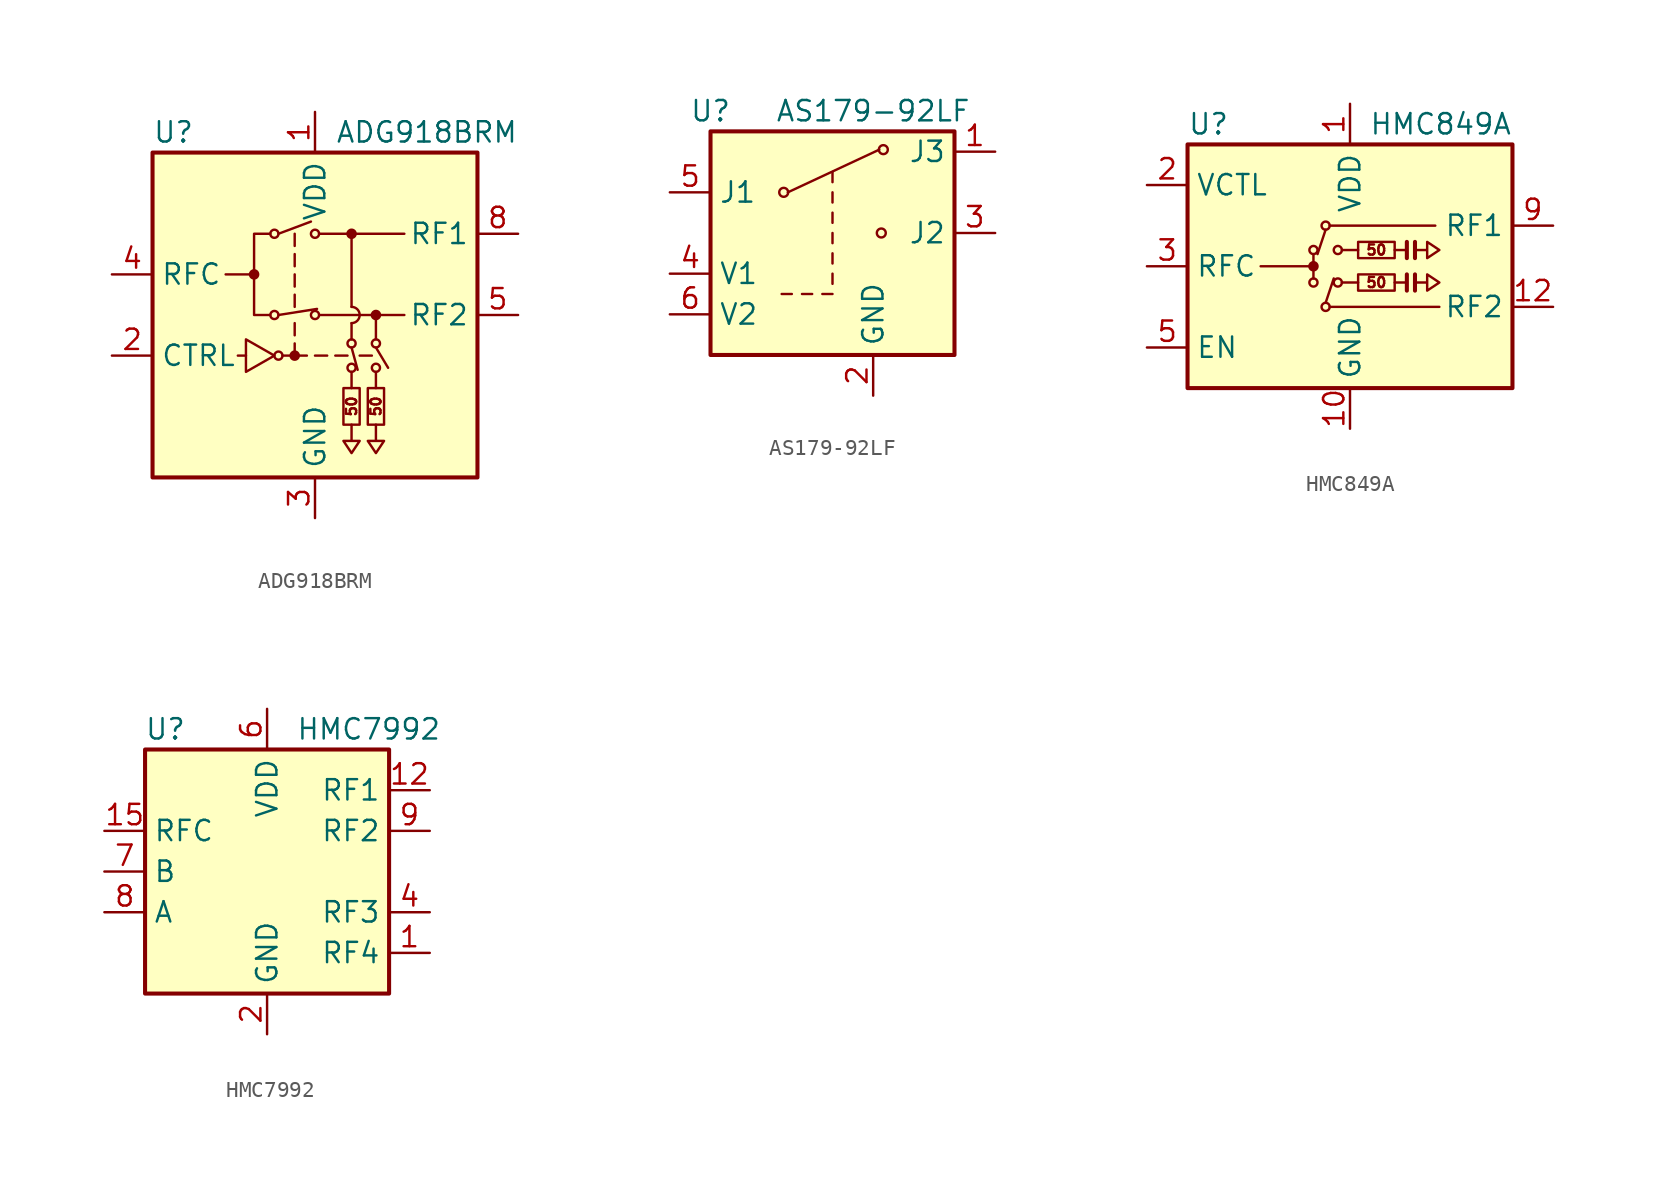
<source format=kicad_sym>
(kicad_symbol_lib
  (version 20231120)
  (generator "kicad_symbol_editor")
  (generator_version "8.0")
  (symbol "ADG918BRM"
    (property "Reference" "U"
      (at -10.16 11.43 0)
      (effects (font (size 1.27 1.27)) (justify left)))
    (property "Value" "ADG918BRM"
      (at 1.27 11.43 0)
      (effects (font (size 1.27 1.27)) (justify left)))
    (symbol "ADG918BRM_0_0"
      (rectangle (start -10.16 10.16) (end 10.16 -10.16) (stroke (width 0.254) (type default)) (fill (type background)))
      (circle (center -3.81 2.54) (radius 0.254) (stroke (width 0) (type default)) (fill (type outline)))
      (circle (center -2.286 -2.54) (radius 0.254) (stroke (width 0) (type default)) (fill (type none)))
      (circle (center -1.27 -2.54) (radius 0.254) (stroke (width 0) (type default)) (fill (type outline)))
      (polyline (pts (xy -4.318 -2.54) (xy -4.826 -2.54)) (stroke (width 0) (type default)) (fill (type none)))
      (polyline (pts (xy -3.81 2.54) (xy -5.588 2.54)) (stroke (width 0) (type default)) (fill (type none)))
      (polyline (pts (xy -1.27 -2.54) (xy -1.27 -1.778)) (stroke (width 0) (type default)) (fill (type none)))
      (polyline (pts (xy -1.27 -1.27) (xy -1.27 -0.508)) (stroke (width 0) (type default)) (fill (type none)))
      (polyline (pts (xy -1.27 1.27) (xy -1.27 0.508)) (stroke (width 0) (type default)) (fill (type none)))
      (polyline (pts (xy -1.27 2.54) (xy -1.27 1.778)) (stroke (width 0) (type default)) (fill (type none)))
      (polyline (pts (xy -1.27 3.81) (xy -1.27 3.048)) (stroke (width 0) (type default)) (fill (type none)))
      (polyline (pts (xy -1.27 5.08) (xy -1.27 4.318)) (stroke (width 0) (type default)) (fill (type none)))
      (polyline (pts (xy -0.508 -2.54) (xy -2.032 -2.54)) (stroke (width 0) (type default)) (fill (type none)))
      (polyline (pts (xy 0 -2.54) (xy 0.762 -2.54)) (stroke (width 0) (type default)) (fill (type none)))
      (polyline (pts (xy 0.254 0) (xy 5.588 0)) (stroke (width 0) (type default)) (fill (type none)))
      (polyline (pts (xy 0.254 5.08) (xy 5.588 5.08)) (stroke (width 0) (type default)) (fill (type none)))
      (polyline (pts (xy 2.032 -2.54) (xy 1.27 -2.54)) (stroke (width 0) (type default)) (fill (type none)))
      (polyline (pts (xy 2.286 0.508) (xy 2.286 5.08)) (stroke (width 0) (type default)) (fill (type none)))
      (polyline (pts (xy 3.556 -2.54) (xy 2.794 -2.54)) (stroke (width 0) (type default)) (fill (type none)))
      (polyline (pts (xy -4.318 -1.524) (xy -4.318 -3.556) (xy -2.54 -2.54) (xy -4.318 -1.524)) (stroke (width 0) (type default)) (fill (type none)))
      (polyline (pts (xy -2.794 0) (xy -3.81 0) (xy -3.81 5.08) (xy -2.794 5.08)) (stroke (width 0) (type default)) (fill (type none)))
      (arc (start 2.286 -0.508) (mid 2.7918 0) (end 2.286 0.508) (stroke (width 0) (type default)) (fill (type none)))
      (text "50" (at 2.286 -5.715 900) (effects (font (size 0.635 0.635))))
      (text "50" (at 3.81 -5.715 900) (effects (font (size 0.635 0.635)))))
    (symbol "ADG918BRM_0_1"
      (circle (center -2.54 0) (radius 0.254) (stroke (width 0) (type default)) (fill (type none)))
      (circle (center -2.54 5.08) (radius 0.254) (stroke (width 0) (type default)) (fill (type none)))
      (polyline (pts (xy -2.286 0) (xy 0.127 0.381)) (stroke (width 0) (type default)) (fill (type none)))
      (polyline (pts (xy -2.286 5.08) (xy -0.254 5.842)) (stroke (width 0) (type default)) (fill (type none)))
      (polyline (pts (xy 2.286 -3.556) (xy 2.286 -4.572)) (stroke (width 0) (type default)) (fill (type none)))
      (polyline (pts (xy 2.286 -2.032) (xy 2.667 -3.429)) (stroke (width 0) (type default)) (fill (type none)))
      (polyline (pts (xy 2.286 -0.508) (xy 2.286 -1.524)) (stroke (width 0) (type default)) (fill (type none)))
      (polyline (pts (xy 3.81 -3.556) (xy 3.81 -4.572)) (stroke (width 0) (type default)) (fill (type none)))
      (polyline (pts (xy 3.81 -2.032) (xy 4.572 -3.302)) (stroke (width 0) (type default)) (fill (type none)))
      (polyline (pts (xy 3.81 0) (xy 3.81 -1.524)) (stroke (width 0) (type default)) (fill (type none)))
      (polyline (pts (xy 2.286 -6.858) (xy 2.286 -7.874) (xy 1.778 -7.874) (xy 2.286 -8.636) (xy 2.794 -7.874) (xy 2.286 -7.874)) (stroke (width 0) (type default)) (fill (type none)))
      (polyline (pts (xy 3.81 -6.858) (xy 3.81 -7.874) (xy 3.302 -7.874) (xy 3.81 -8.636) (xy 4.318 -7.874) (xy 3.81 -7.874)) (stroke (width 0) (type default)) (fill (type none)))
      (circle (center 0 0) (radius 0.254) (stroke (width 0) (type default)) (fill (type none)))
      (circle (center 0 5.08) (radius 0.254) (stroke (width 0) (type default)) (fill (type none)))
      (rectangle (start 1.778 -4.572) (end 2.794 -6.858) (stroke (width 0) (type default)) (fill (type none)))
      (circle (center 2.286 -3.302) (radius 0.254) (stroke (width 0) (type default)) (fill (type none)))
      (circle (center 2.286 -1.778) (radius 0.254) (stroke (width 0) (type default)) (fill (type none)))
      (circle (center 2.286 5.08) (radius 0.254) (stroke (width 0) (type default)) (fill (type outline)))
      (rectangle (start 3.302 -4.572) (end 4.318 -6.858) (stroke (width 0) (type default)) (fill (type none)))
      (circle (center 3.81 -3.302) (radius 0.254) (stroke (width 0) (type default)) (fill (type none)))
      (circle (center 3.81 -1.778) (radius 0.254) (stroke (width 0) (type default)) (fill (type none)))
      (circle (center 3.81 0) (radius 0.254) (stroke (width 0) (type default)) (fill (type outline))))
    (symbol "ADG918BRM_1_1"
      (pin power_in line (at 0 12.7 270) (length 2.54) (name "VDD" (effects (font (size 1.27 1.27)))) (number "1" (effects (font (size 1.27 1.27)))))
      (pin input line (at -12.7 -2.54 0) (length 2.54) (name "CTRL" (effects (font (size 1.27 1.27)))) (number "2" (effects (font (size 1.27 1.27)))))
      (pin power_in line (at 0 -12.7 90) (length 2.54) (name "GND" (effects (font (size 1.27 1.27)))) (number "3" (effects (font (size 1.27 1.27)))))
      (pin passive line (at -12.7 2.54 0) (length 2.54) (name "RFC" (effects (font (size 1.27 1.27)))) (number "4" (effects (font (size 1.27 1.27)))))
      (pin passive line (at 12.7 0 180) (length 2.54) (name "RF2" (effects (font (size 1.27 1.27)))) (number "5" (effects (font (size 1.27 1.27)))))
      (pin passive line (at 0 -12.7 90) (length 2.54) hide (name "GND" (effects (font (size 1.27 1.27)))) (number "6" (effects (font (size 1.27 1.27)))))
      (pin passive line (at 0 -12.7 90) (length 2.54) hide (name "GND" (effects (font (size 1.27 1.27)))) (number "7" (effects (font (size 1.27 1.27)))))
      (pin passive line (at 12.7 5.08 180) (length 2.54) (name "RF1" (effects (font (size 1.27 1.27)))) (number "8" (effects (font (size 1.27 1.27)))))))
  (symbol "AS179-92LF"
    (property "Reference" "U"
      (at -7.62 7.62 0)
      (effects (font (size 1.27 1.27))))
    (property "Value" "AS179-92LF"
      (at 2.54 7.62 0)
      (effects (font (size 1.27 1.27))))
    (symbol "AS179-92LF_1_1"
      (circle (center -3.048 2.54) (radius 0.279) (stroke (width 0) (type default)) (fill (type none)))
      (polyline (pts (xy -3.175 -3.81) (xy -2.54 -3.81)) (stroke (width 0) (type default)) (fill (type none)))
      (polyline (pts (xy -2.794 2.54) (xy 2.921 5.207)) (stroke (width 0) (type default)) (fill (type none)))
      (polyline (pts (xy -1.905 -3.81) (xy -1.27 -3.81)) (stroke (width 0) (type default)) (fill (type none)))
      (polyline (pts (xy -0.635 -3.81) (xy 0 -3.81)) (stroke (width 0) (type default)) (fill (type none)))
      (polyline (pts (xy 0 -3.175) (xy 0 -2.54)) (stroke (width 0) (type default)) (fill (type none)))
      (polyline (pts (xy 0 -1.905) (xy 0 -1.27)) (stroke (width 0) (type default)) (fill (type none)))
      (polyline (pts (xy 0 -0.635) (xy 0 0)) (stroke (width 0) (type default)) (fill (type none)))
      (polyline (pts (xy 0 0.635) (xy 0 1.27)) (stroke (width 0) (type default)) (fill (type none)))
      (polyline (pts (xy 0 1.905) (xy 0 2.54)) (stroke (width 0) (type default)) (fill (type none)))
      (polyline (pts (xy 0 3.175) (xy 0 3.81)) (stroke (width 0) (type default)) (fill (type none)))
      (circle (center 3.048 0) (radius 0.279) (stroke (width 0) (type default)) (fill (type none)))
      (circle (center 3.175 5.207) (radius 0.279) (stroke (width 0) (type default)) (fill (type none)))
      (rectangle (start 7.62 -7.62) (end -7.62 6.35) (stroke (width 0.254) (type default)) (fill (type background)))
      (pin passive line (at 10.16 5.08 180) (length 2.54) (name "J3" (effects (font (size 1.27 1.27)))) (number "1" (effects (font (size 1.27 1.27)))))
      (pin power_in line (at 2.54 -10.16 90) (length 2.54) (name "GND" (effects (font (size 1.27 1.27)))) (number "2" (effects (font (size 1.27 1.27)))))
      (pin passive line (at 10.16 0 180) (length 2.54) (name "J2" (effects (font (size 1.27 1.27)))) (number "3" (effects (font (size 1.27 1.27)))))
      (pin input line (at -10.16 -2.54 0) (length 2.54) (name "V1" (effects (font (size 1.27 1.27)))) (number "4" (effects (font (size 1.27 1.27)))))
      (pin passive line (at -10.16 2.54 0) (length 2.54) (name "J1" (effects (font (size 1.27 1.27)))) (number "5" (effects (font (size 1.27 1.27)))))
      (pin input line (at -10.16 -5.08 0) (length 2.54) (name "V2" (effects (font (size 1.27 1.27)))) (number "6" (effects (font (size 1.27 1.27)))))))
  (symbol "HMC849A"
    (property "Reference" "U"
      (at -10.16 8.89 0)
      (effects (font (size 1.27 1.27)) (justify left)))
    (property "Value" "HMC849A"
      (at 10.16 8.89 0)
      (effects (font (size 1.27 1.27)) (justify right)))
    (symbol "HMC849A_0_0"
      (text "50" (at 1.651 -1.016 0) (effects (font (size 0.635 0.635))))
      (text "50" (at 1.651 1.016 0) (effects (font (size 0.635 0.635)))))
    (symbol "HMC849A_0_1"
      (rectangle (start -10.16 7.62) (end 10.16 -7.62) (stroke (width 0.254) (type default)) (fill (type background)))
      (circle (center -2.286 0) (radius 0.254) (stroke (width 0) (type default)) (fill (type outline)))
      (circle (center -2.286 1.016) (radius 0.254) (stroke (width 0) (type default)) (fill (type none)))
      (circle (center -1.524 -2.54) (radius 0.254) (stroke (width 0) (type default)) (fill (type none)))
      (circle (center -1.524 2.54) (radius 0.254) (stroke (width 0) (type default)) (fill (type none)))
      (circle (center -0.762 -1.016) (radius 0.254) (stroke (width 0) (type default)) (fill (type none)))
      (polyline (pts (xy -2.286 0) (xy -5.588 0)) (stroke (width 0) (type default)) (fill (type none)))
      (polyline (pts (xy -2.286 0.762) (xy -2.286 -0.762)) (stroke (width 0) (type default)) (fill (type none)))
      (polyline (pts (xy -1.524 -2.286) (xy -1.016 -0.762)) (stroke (width 0) (type default)) (fill (type none)))
      (polyline (pts (xy -1.524 2.286) (xy -2.032 0.762)) (stroke (width 0) (type default)) (fill (type none)))
      (polyline (pts (xy -1.27 -2.54) (xy 5.588 -2.54)) (stroke (width 0) (type default)) (fill (type none)))
      (polyline (pts (xy -1.27 2.54) (xy 5.334 2.54)) (stroke (width 0) (type default)) (fill (type none)))
      (polyline (pts (xy -0.508 -1.016) (xy 0.508 -1.016)) (stroke (width 0) (type default)) (fill (type none)))
      (polyline (pts (xy -0.508 1.016) (xy 0.508 1.016)) (stroke (width 0) (type default)) (fill (type none)))
      (polyline (pts (xy 3.556 -1.524) (xy 3.556 -0.508)) (stroke (width 0.254) (type default)) (fill (type none)))
      (polyline (pts (xy 3.556 -1.016) (xy 2.794 -1.016)) (stroke (width 0) (type default)) (fill (type none)))
      (polyline (pts (xy 3.556 0.508) (xy 3.556 1.524)) (stroke (width 0.254) (type default)) (fill (type none)))
      (polyline (pts (xy 3.556 1.016) (xy 2.794 1.016)) (stroke (width 0) (type default)) (fill (type none)))
      (polyline (pts (xy 4.064 -0.508) (xy 4.064 -1.524)) (stroke (width 0.254) (type default)) (fill (type none)))
      (polyline (pts (xy 4.064 1.524) (xy 4.064 0.508)) (stroke (width 0.254) (type default)) (fill (type none)))
      (polyline (pts (xy 4.064 -1.016) (xy 4.826 -1.016) (xy 4.826 -1.524) (xy 5.588 -1.016) (xy 4.826 -0.508) (xy 4.826 -1.016)) (stroke (width 0) (type default)) (fill (type none)))
      (polyline (pts (xy 4.064 1.016) (xy 4.826 1.016) (xy 4.826 0.508) (xy 5.588 1.016) (xy 4.826 1.524) (xy 4.826 1.016)) (stroke (width 0) (type default)) (fill (type none)))
      (rectangle (start 0.508 -1.524) (end 2.794 -0.508) (stroke (width 0) (type default)) (fill (type none)))
      (rectangle (start 0.508 0.508) (end 2.794 1.524) (stroke (width 0) (type default)) (fill (type none))))
    (symbol "HMC849A_1_1"
      (circle (center -2.286 -1.016) (radius 0.254) (stroke (width 0) (type default)) (fill (type none)))
      (circle (center -0.762 1.016) (radius 0.254) (stroke (width 0) (type default)) (fill (type none)))
      (pin power_in line (at 0 10.16 270) (length 2.54) (name "VDD" (effects (font (size 1.27 1.27)))) (number "1" (effects (font (size 1.27 1.27)))))
      (pin power_in line (at 0 -10.16 90) (length 2.54) (name "GND" (effects (font (size 1.27 1.27)))) (number "10" (effects (font (size 1.27 1.27)))))
      (pin passive line (at 0 -10.16 90) (length 2.54) hide (name "GND" (effects (font (size 1.27 1.27)))) (number "11" (effects (font (size 1.27 1.27)))))
      (pin passive line (at 12.7 -2.54 180) (length 2.54) (name "RF2" (effects (font (size 1.27 1.27)))) (number "12" (effects (font (size 1.27 1.27)))))
      (pin passive line (at 0 -10.16 90) (length 2.54) hide (name "GND" (effects (font (size 1.27 1.27)))) (number "13" (effects (font (size 1.27 1.27)))))
      (pin passive line (at 0 -10.16 90) (length 2.54) hide (name "GND" (effects (font (size 1.27 1.27)))) (number "14" (effects (font (size 1.27 1.27)))))
      (pin passive line (at 0 -10.16 90) (length 2.54) hide (name "GND" (effects (font (size 1.27 1.27)))) (number "15" (effects (font (size 1.27 1.27)))))
      (pin passive line (at 0 -10.16 90) (length 2.54) hide (name "GND" (effects (font (size 1.27 1.27)))) (number "16" (effects (font (size 1.27 1.27)))))
      (pin passive line (at 0 -10.16 90) (length 2.54) hide (name "GND" (effects (font (size 1.27 1.27)))) (number "17" (effects (font (size 1.27 1.27)))))
      (pin input line (at -12.7 5.08 0) (length 2.54) (name "VCTL" (effects (font (size 1.27 1.27)))) (number "2" (effects (font (size 1.27 1.27)))))
      (pin passive line (at -12.7 0 0) (length 2.54) (name "RFC" (effects (font (size 1.27 1.27)))) (number "3" (effects (font (size 1.27 1.27)))))
      (pin passive line (at 0 -10.16 90) (length 2.54) hide (name "GND" (effects (font (size 1.27 1.27)))) (number "4" (effects (font (size 1.27 1.27)))))
      (pin input line (at -12.7 -5.08 0) (length 2.54) (name "EN" (effects (font (size 1.27 1.27)))) (number "5" (effects (font (size 1.27 1.27)))))
      (pin passive line (at 0 -10.16 90) (length 2.54) hide (name "GND" (effects (font (size 1.27 1.27)))) (number "6" (effects (font (size 1.27 1.27)))))
      (pin passive line (at 0 -10.16 90) (length 2.54) hide (name "GND" (effects (font (size 1.27 1.27)))) (number "7" (effects (font (size 1.27 1.27)))))
      (pin passive line (at 0 -10.16 90) (length 2.54) hide (name "GND" (effects (font (size 1.27 1.27)))) (number "8" (effects (font (size 1.27 1.27)))))
      (pin passive line (at 12.7 2.54 180) (length 2.54) (name "RF1" (effects (font (size 1.27 1.27)))) (number "9" (effects (font (size 1.27 1.27)))))))
  (symbol "HMC7992"
    (property "Reference" "U"
      (at -6.35 8.89 0)
      (effects (font (size 1.27 1.27))))
    (property "Value" "HMC7992"
      (at 6.35 8.89 0)
      (effects (font (size 1.27 1.27))))
    (symbol "HMC7992_0_1"
      (rectangle (start -7.62 7.62) (end 7.62 -7.62) (stroke (width 0.254) (type default)) (fill (type background))))
    (symbol "HMC7992_1_1"
      (pin passive line (at 10.16 -5.08 180) (length 2.54) (name "RF4" (effects (font (size 1.27 1.27)))) (number "1" (effects (font (size 1.27 1.27)))))
      (pin passive line (at 0 -10.16 90) (length 2.54) hide (name "GND" (effects (font (size 1.27 1.27)))) (number "10" (effects (font (size 1.27 1.27)))))
      (pin passive line (at 0 -10.16 90) (length 2.54) hide (name "GND" (effects (font (size 1.27 1.27)))) (number "11" (effects (font (size 1.27 1.27)))))
      (pin passive line (at 10.16 5.08 180) (length 2.54) (name "RF1" (effects (font (size 1.27 1.27)))) (number "12" (effects (font (size 1.27 1.27)))))
      (pin passive line (at 0 -10.16 90) (length 2.54) hide (name "GND" (effects (font (size 1.27 1.27)))) (number "13" (effects (font (size 1.27 1.27)))))
      (pin passive line (at 0 -10.16 90) (length 2.54) hide (name "GND" (effects (font (size 1.27 1.27)))) (number "14" (effects (font (size 1.27 1.27)))))
      (pin passive line (at -10.16 2.54 0) (length 2.54) (name "RFC" (effects (font (size 1.27 1.27)))) (number "15" (effects (font (size 1.27 1.27)))))
      (pin passive line (at 0 -10.16 90) (length 2.54) hide (name "GND" (effects (font (size 1.27 1.27)))) (number "16" (effects (font (size 1.27 1.27)))))
      (pin passive line (at 0 -10.16 90) (length 2.54) hide (name "GND" (effects (font (size 1.27 1.27)))) (number "17" (effects (font (size 1.27 1.27)))))
      (pin power_in line (at 0 -10.16 90) (length 2.54) (name "GND" (effects (font (size 1.27 1.27)))) (number "2" (effects (font (size 1.27 1.27)))))
      (pin passive line (at 0 -10.16 90) (length 2.54) hide (name "GND" (effects (font (size 1.27 1.27)))) (number "3" (effects (font (size 1.27 1.27)))))
      (pin passive line (at 10.16 -2.54 180) (length 2.54) (name "RF3" (effects (font (size 1.27 1.27)))) (number "4" (effects (font (size 1.27 1.27)))))
      (pin passive line (at 0 -10.16 90) (length 2.54) hide (name "GND" (effects (font (size 1.27 1.27)))) (number "5" (effects (font (size 1.27 1.27)))))
      (pin power_in line (at 0 10.16 270) (length 2.54) (name "VDD" (effects (font (size 1.27 1.27)))) (number "6" (effects (font (size 1.27 1.27)))))
      (pin input line (at -10.16 0 0) (length 2.54) (name "B" (effects (font (size 1.27 1.27)))) (number "7" (effects (font (size 1.27 1.27)))))
      (pin input line (at -10.16 -2.54 0) (length 2.54) (name "A" (effects (font (size 1.27 1.27)))) (number "8" (effects (font (size 1.27 1.27)))))
      (pin passive line (at 10.16 2.54 180) (length 2.54) (name "RF2" (effects (font (size 1.27 1.27)))) (number "9" (effects (font (size 1.27 1.27))))))))
</source>
